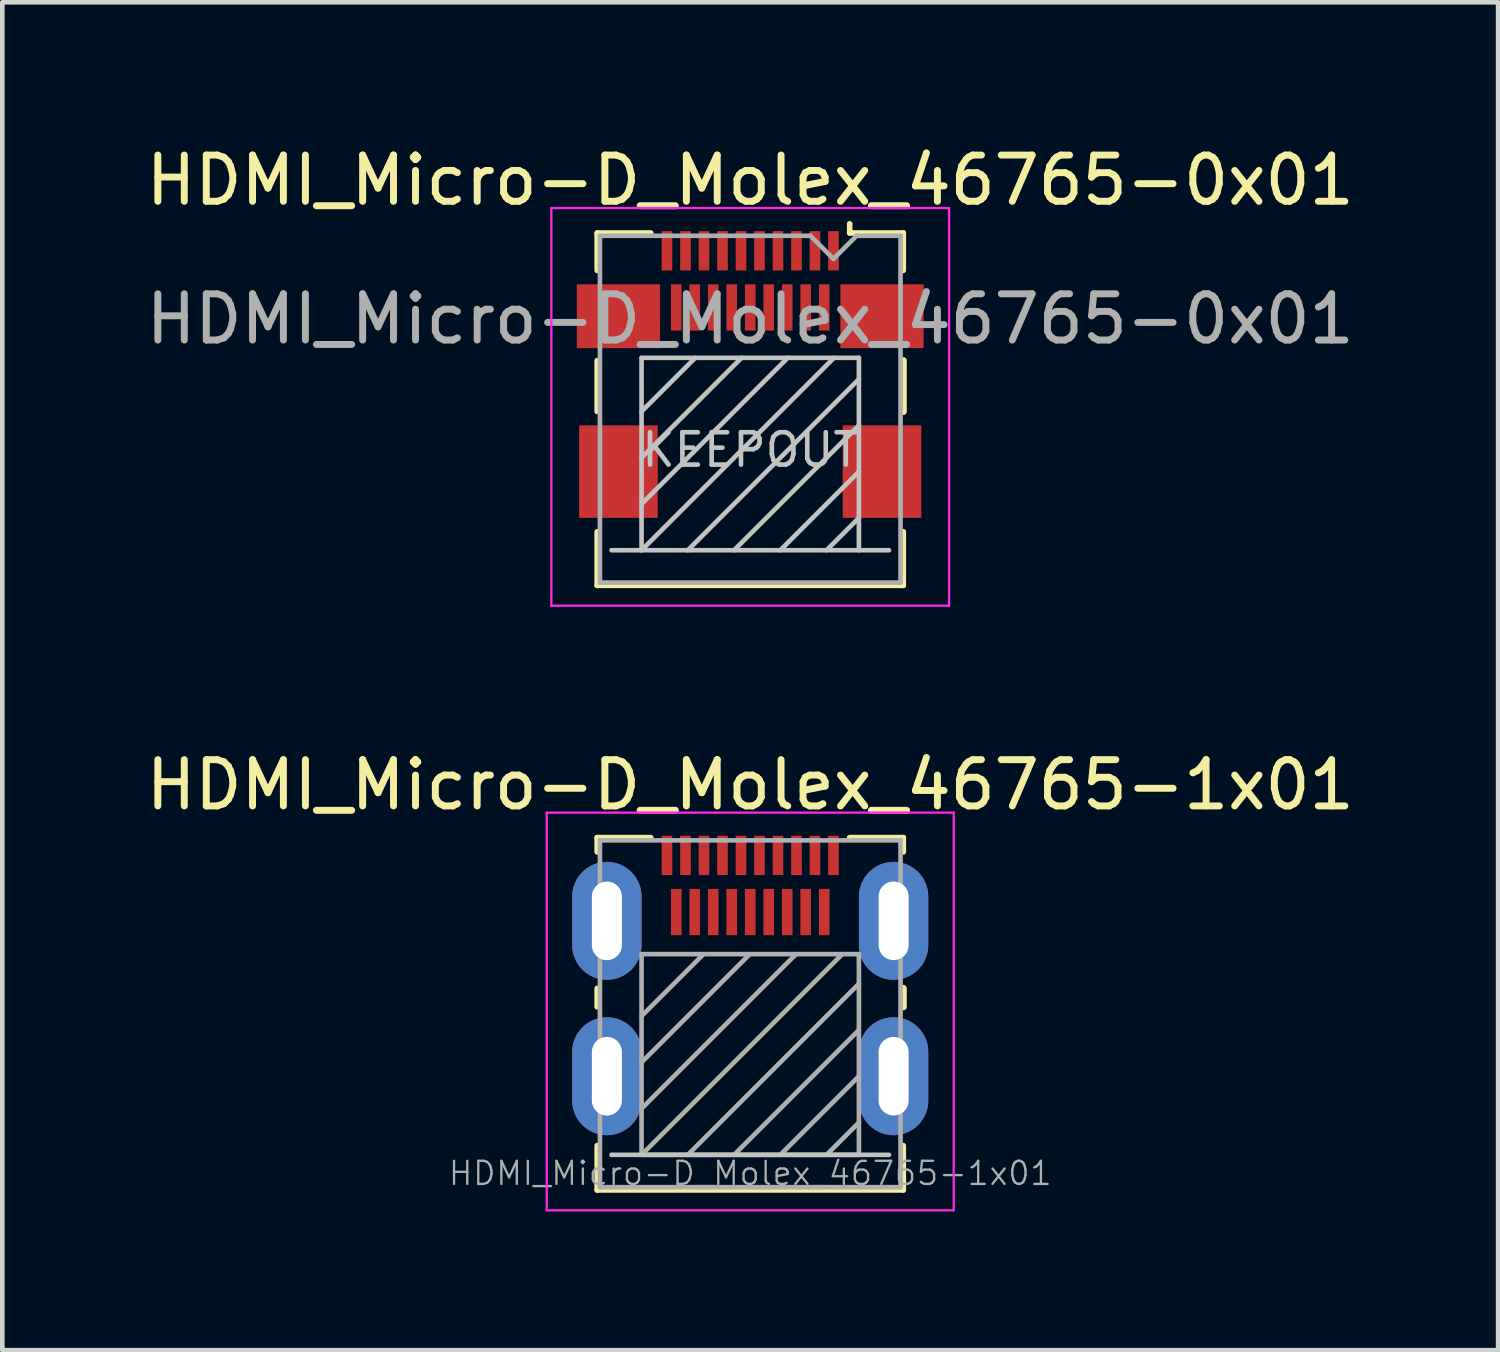
<source format=kicad_pcb>
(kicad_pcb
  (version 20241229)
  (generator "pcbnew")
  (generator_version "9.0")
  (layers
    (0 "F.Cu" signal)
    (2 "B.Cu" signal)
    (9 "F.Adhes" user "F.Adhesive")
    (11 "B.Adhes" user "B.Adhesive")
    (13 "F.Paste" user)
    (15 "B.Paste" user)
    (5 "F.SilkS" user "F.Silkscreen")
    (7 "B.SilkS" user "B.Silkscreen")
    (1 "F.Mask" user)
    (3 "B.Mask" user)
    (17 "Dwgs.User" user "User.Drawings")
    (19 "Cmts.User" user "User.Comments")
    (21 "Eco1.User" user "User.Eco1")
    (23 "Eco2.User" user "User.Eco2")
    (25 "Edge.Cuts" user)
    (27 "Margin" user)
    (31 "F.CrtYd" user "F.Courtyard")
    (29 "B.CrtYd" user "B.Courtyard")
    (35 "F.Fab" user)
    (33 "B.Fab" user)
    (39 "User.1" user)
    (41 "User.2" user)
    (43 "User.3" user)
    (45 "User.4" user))
  (footprint "HDMI_Micro-D_Molex_46765-1x01"
    (layer "F.Cu")
    (at 13.173 21.922)
    (property "Reference" "HDMI_Micro-D_Molex_46765-1x01" (at 0 -8 0) (layer "F.SilkS") (effects (font (size 1 1) (thickness 0.15))))
    (attr smd)
    (fp_line (start -3.31 -6.86) (end -2.15 -6.86) (stroke (width 0.12) (type solid)) (layer "F.SilkS"))
    (fp_line (start -3.31 -6.55) (end -3.31 -6.86) (stroke (width 0.12) (type solid)) (layer "F.SilkS"))
    (fp_line (start -3.31 -3.2) (end -3.31 -3.6) (stroke (width 0.12) (type solid)) (layer "F.SilkS"))
    (fp_line (start -3.31 0.76) (end -3.31 -0.2) (stroke (width 0.12) (type solid)) (layer "F.SilkS"))
    (fp_line (start -3.31 0.76) (end 3.31 0.76) (stroke (width 0.12) (type solid)) (layer "F.SilkS"))
    (fp_line (start 2.15 -6.86) (end 3.31 -6.86) (stroke (width 0.12) (type solid)) (layer "F.SilkS"))
    (fp_line (start 3.31 -6.86) (end 3.31 -6.55) (stroke (width 0.12) (type solid)) (layer "F.SilkS"))
    (fp_line (start 3.31 -3.6) (end 3.31 -3.2) (stroke (width 0.15) (type solid)) (layer "F.SilkS"))
    (fp_line (start 3.31 -0.2) (end 3.31 0.76) (stroke (width 0.12) (type solid)) (layer "F.SilkS"))
    (fp_line (start -3 0) (end 3 0) (stroke (width 0.1) (type solid)) (layer "Dwgs.User"))
    (fp_line (start -4.4 -7.4) (end -4.4 1.2) (stroke (width 0.05) (type solid)) (layer "F.CrtYd"))
    (fp_line (start -4.4 1.2) (end 4.4 1.2) (stroke (width 0.05) (type solid)) (layer "F.CrtYd"))
    (fp_line (start 4.4 -7.4) (end -4.4 -7.4) (stroke (width 0.05) (type solid)) (layer "F.CrtYd"))
    (fp_line (start 4.4 1.2) (end 4.4 -7.4) (stroke (width 0.05) (type solid)) (layer "F.CrtYd"))
    (fp_line (start -3.25 -6.8) (end 3.25 -6.8) (stroke (width 0.1) (type solid)) (layer "F.Fab"))
    (fp_line (start -3.25 0.7) (end -3.25 -6.8) (stroke (width 0.1) (type solid)) (layer "F.Fab"))
    (fp_line (start -2.35 -4.34) (end 2.35 -4.34) (stroke (width 0.1) (type solid)) (layer "F.Fab"))
    (fp_line (start -2.35 -3) (end -1.01 -4.34) (stroke (width 0.1) (type solid)) (layer "F.Fab"))
    (fp_line (start -2.35 -2) (end -0.01 -4.34) (stroke (width 0.1) (type solid)) (layer "F.Fab"))
    (fp_line (start -2.35 -1) (end 0.99 -4.34) (stroke (width 0.1) (type solid)) (layer "F.Fab"))
    (fp_line (start -2.35 0) (end -2.35 -4.34) (stroke (width 0.1) (type solid)) (layer "F.Fab"))
    (fp_line (start -2.35 0) (end 1.99 -4.34) (stroke (width 0.1) (type solid)) (layer "F.Fab"))
    (fp_line (start -1.35 0) (end 2.35 -3.7) (stroke (width 0.1) (type solid)) (layer "F.Fab"))
    (fp_line (start -0.35 0) (end 2.35 -2.7) (stroke (width 0.1) (type solid)) (layer "F.Fab"))
    (fp_line (start 0.65 0) (end 2.35 -1.7) (stroke (width 0.1) (type solid)) (layer "F.Fab"))
    (fp_line (start 1.65 0) (end 2.35 -0.7) (stroke (width 0.1) (type solid)) (layer "F.Fab"))
    (fp_line (start 2.35 -4.34) (end 2.35 0) (stroke (width 0.1) (type solid)) (layer "F.Fab"))
    (fp_line (start 2.35 0) (end -2.35 0) (stroke (width 0.1) (type solid)) (layer "F.Fab"))
    (fp_line (start 3.25 -6.8) (end 3.25 0.7) (stroke (width 0.1) (type solid)) (layer "F.Fab"))
    (fp_line (start 3.25 0.7) (end -3.25 0.7) (stroke (width 0.1) (type solid)) (layer "F.Fab"))
    (fp_text user "${REFERENCE}" (at 0 0.4 0) (layer "F.Fab") (effects (font (size 0.5 0.5) (thickness 0.05))))
    (pad "1" smd rect (at 1.8 -6.475) (size 0.23 0.85) (layers "F.Cu" "F.Mask" "F.Paste"))
    (pad "2" smd rect (at 1.6 -5.25) (size 0.23 1) (layers "F.Cu" "F.Mask" "F.Paste"))
    (pad "3" smd rect (at 1.4 -6.475) (size 0.23 0.85) (layers "F.Cu" "F.Mask" "F.Paste"))
    (pad "4" smd rect (at 1.2 -5.25) (size 0.23 1) (layers "F.Cu" "F.Mask" "F.Paste"))
    (pad "5" smd rect (at 1 -6.475) (size 0.23 0.85) (layers "F.Cu" "F.Mask" "F.Paste"))
    (pad "6" smd rect (at 0.8 -5.25) (size 0.23 1) (layers "F.Cu" "F.Mask" "F.Paste"))
    (pad "7" smd rect (at 0.6 -6.475) (size 0.23 0.85) (layers "F.Cu" "F.Mask" "F.Paste"))
    (pad "8" smd rect (at 0.4 -5.25) (size 0.23 1) (layers "F.Cu" "F.Mask" "F.Paste"))
    (pad "9" smd rect (at 0.2 -6.475) (size 0.23 0.85) (layers "F.Cu" "F.Mask" "F.Paste"))
    (pad "10" smd rect (at 0 -5.25) (size 0.23 1) (layers "F.Cu" "F.Mask" "F.Paste"))
    (pad "11" smd rect (at -0.2 -6.475) (size 0.23 0.85) (layers "F.Cu" "F.Mask" "F.Paste"))
    (pad "12" smd rect (at -0.4 -5.25) (size 0.23 1) (layers "F.Cu" "F.Mask" "F.Paste"))
    (pad "13" smd rect (at -0.6 -6.475) (size 0.23 0.85) (layers "F.Cu" "F.Mask" "F.Paste"))
    (pad "14" smd rect (at -0.8 -5.25) (size 0.23 1) (layers "F.Cu" "F.Mask" "F.Paste"))
    (pad "15" smd rect (at -1 -6.475) (size 0.23 0.85) (layers "F.Cu" "F.Mask" "F.Paste"))
    (pad "16" smd rect (at -1.2 -5.25) (size 0.23 1) (layers "F.Cu" "F.Mask" "F.Paste"))
    (pad "17" smd rect (at -1.4 -6.475) (size 0.23 0.85) (layers "F.Cu" "F.Mask" "F.Paste"))
    (pad "18" smd rect (at -1.6 -5.25) (size 0.23 1) (layers "F.Cu" "F.Mask" "F.Paste"))
    (pad "19" smd rect (at -1.8 -6.475) (size 0.23 0.85) (layers "F.Cu" "F.Mask" "F.Paste"))
    (pad "20" thru_hole oval (at -3.1 -5.06) (size 1.5 2.55) (drill oval 0.65 1.7) (layers "*.Cu" "*.Mask"))
    (pad "20" thru_hole oval (at -3.1 -1.7) (size 1.5 2.55) (drill oval 0.65 1.7) (layers "*.Cu" "*.Mask"))
    (pad "20" thru_hole oval (at 3.1 -5.06) (size 1.5 2.55) (drill oval 0.65 1.7) (layers "*.Cu" "*.Mask"))
    (pad "20" thru_hole oval (at 3.1 -1.7) (size 1.5 2.55) (drill oval 0.65 1.7) (layers "*.Cu" "*.Mask")))
  (footprint "HDMI_Micro-D_Molex_46765-0x01"
    (layer "F.Cu")
    (at 13.173 7.148)
    (property "Reference" "HDMI_Micro-D_Molex_46765-0x01" (at 0 -6.3 0) (layer "F.SilkS") (effects (font (size 1 1) (thickness 0.15))))
    (attr smd)
    (fp_line (start -3.31 -5.16) (end -2.15 -5.16) (stroke (width 0.12) (type solid)) (layer "F.SilkS"))
    (fp_line (start -3.31 -4.35) (end -3.31 -5.16) (stroke (width 0.12) (type solid)) (layer "F.SilkS"))
    (fp_line (start -3.31 -1.3) (end -3.31 -2.4) (stroke (width 0.12) (type solid)) (layer "F.SilkS"))
    (fp_line (start -3.31 2.46) (end -3.31 1.3) (stroke (width 0.12) (type solid)) (layer "F.SilkS"))
    (fp_line (start -3.31 2.46) (end 3.31 2.46) (stroke (width 0.12) (type solid)) (layer "F.SilkS"))
    (fp_line (start 2.15 -5.16) (end 2.15 -5.36) (stroke (width 0.12) (type solid)) (layer "F.SilkS"))
    (fp_line (start 2.15 -5.16) (end 3.31 -5.16) (stroke (width 0.12) (type solid)) (layer "F.SilkS"))
    (fp_line (start 3.31 -5.16) (end 3.31 -4.35) (stroke (width 0.12) (type solid)) (layer "F.SilkS"))
    (fp_line (start 3.31 -2.4) (end 3.31 -1.3) (stroke (width 0.15) (type solid)) (layer "F.SilkS"))
    (fp_line (start 3.31 1.3) (end 3.31 2.46) (stroke (width 0.12) (type solid)) (layer "F.SilkS"))
    (fp_line (start -3 1.7) (end 3 1.7) (stroke (width 0.1) (type solid)) (layer "Dwgs.User"))
    (fp_line (start -2.35 -2.46) (end 2.35 -2.46) (stroke (width 0.1) (type solid)) (layer "Dwgs.User"))
    (fp_line (start -2.35 -1.3) (end -1.19 -2.46) (stroke (width 0.1) (type solid)) (layer "Dwgs.User"))
    (fp_line (start -2.35 -0.3) (end -0.19 -2.46) (stroke (width 0.1) (type solid)) (layer "Dwgs.User"))
    (fp_line (start -2.35 0.7) (end 0.81 -2.46) (stroke (width 0.1) (type solid)) (layer "Dwgs.User"))
    (fp_line (start -2.35 1.7) (end -2.35 -2.46) (stroke (width 0.1) (type solid)) (layer "Dwgs.User"))
    (fp_line (start -2.35 1.7) (end 1.81 -2.46) (stroke (width 0.1) (type solid)) (layer "Dwgs.User"))
    (fp_line (start -1.35 1.7) (end 2.35 -2) (stroke (width 0.1) (type solid)) (layer "Dwgs.User"))
    (fp_line (start -0.35 1.7) (end 2.35 -1) (stroke (width 0.1) (type solid)) (layer "Dwgs.User"))
    (fp_line (start 0.65 1.7) (end 2.35 0) (stroke (width 0.1) (type solid)) (layer "Dwgs.User"))
    (fp_line (start 1.65 1.7) (end 2.35 1) (stroke (width 0.1) (type solid)) (layer "Dwgs.User"))
    (fp_line (start 2.35 -2.46) (end 2.35 1.7) (stroke (width 0.1) (type solid)) (layer "Dwgs.User"))
    (fp_line (start -4.3 -5.7) (end -4.3 2.9) (stroke (width 0.05) (type solid)) (layer "F.CrtYd"))
    (fp_line (start -4.3 2.9) (end 4.3 2.9) (stroke (width 0.05) (type solid)) (layer "F.CrtYd"))
    (fp_line (start 4.3 -5.7) (end -4.3 -5.7) (stroke (width 0.05) (type solid)) (layer "F.CrtYd"))
    (fp_line (start 4.3 2.9) (end 4.3 -5.7) (stroke (width 0.05) (type solid)) (layer "F.CrtYd"))
    (fp_line (start -3.25 -5.1) (end 1.3 -5.1) (stroke (width 0.1) (type solid)) (layer "F.Fab"))
    (fp_line (start -3.25 2.4) (end -3.25 -5.1) (stroke (width 0.1) (type solid)) (layer "F.Fab"))
    (fp_line (start 1.8 -4.6) (end 1.3 -5.1) (stroke (width 0.1) (type solid)) (layer "F.Fab"))
    (fp_line (start 1.8 -4.6) (end 2.3 -5.1) (stroke (width 0.1) (type solid)) (layer "F.Fab"))
    (fp_line (start 2.3 -5.1) (end 3.25 -5.1) (stroke (width 0.1) (type solid)) (layer "F.Fab"))
    (fp_line (start 3.25 -5.1) (end 3.25 2.4) (stroke (width 0.1) (type solid)) (layer "F.Fab"))
    (fp_line (start 3.25 2.4) (end -3.25 2.4) (stroke (width 0.1) (type solid)) (layer "F.Fab"))
    (fp_text user "KEEPOUT" (at 0 -0.47 0) (layer "Dwgs.User") (effects (font (size 0.7 0.7) (thickness 0.1))))
    (fp_text user "${REFERENCE}" (at 0 -3.3 0) (layer "F.Fab") (effects (font (size 1 1) (thickness 0.15))))
    (pad "1" smd rect (at 1.8 -4.775) (size 0.23 0.85) (layers "F.Cu" "F.Mask" "F.Paste"))
    (pad "2" smd rect (at 1.6 -3.55) (size 0.23 1) (layers "F.Cu" "F.Mask" "F.Paste"))
    (pad "3" smd rect (at 1.4 -4.775) (size 0.23 0.85) (layers "F.Cu" "F.Mask" "F.Paste"))
    (pad "4" smd rect (at 1.2 -3.55) (size 0.23 1) (layers "F.Cu" "F.Mask" "F.Paste"))
    (pad "5" smd rect (at 1 -4.775) (size 0.23 0.85) (layers "F.Cu" "F.Mask" "F.Paste"))
    (pad "6" smd rect (at 0.8 -3.55) (size 0.23 1) (layers "F.Cu" "F.Mask" "F.Paste"))
    (pad "7" smd rect (at 0.6 -4.775) (size 0.23 0.85) (layers "F.Cu" "F.Mask" "F.Paste"))
    (pad "8" smd rect (at 0.4 -3.55) (size 0.23 1) (layers "F.Cu" "F.Mask" "F.Paste"))
    (pad "9" smd rect (at 0.2 -4.775) (size 0.23 0.85) (layers "F.Cu" "F.Mask" "F.Paste"))
    (pad "10" smd rect (at 0 -3.55) (size 0.23 1) (layers "F.Cu" "F.Mask" "F.Paste"))
    (pad "11" smd rect (at -0.2 -4.775) (size 0.23 0.85) (layers "F.Cu" "F.Mask" "F.Paste"))
    (pad "12" smd rect (at -0.4 -3.55) (size 0.23 1) (layers "F.Cu" "F.Mask" "F.Paste"))
    (pad "13" smd rect (at -0.6 -4.775) (size 0.23 0.85) (layers "F.Cu" "F.Mask" "F.Paste"))
    (pad "14" smd rect (at -0.8 -3.55) (size 0.23 1) (layers "F.Cu" "F.Mask" "F.Paste"))
    (pad "15" smd rect (at -1 -4.775) (size 0.23 0.85) (layers "F.Cu" "F.Mask" "F.Paste"))
    (pad "16" smd rect (at -1.2 -3.55) (size 0.23 1) (layers "F.Cu" "F.Mask" "F.Paste"))
    (pad "17" smd rect (at -1.4 -4.775) (size 0.23 0.85) (layers "F.Cu" "F.Mask" "F.Paste"))
    (pad "18" smd rect (at -1.6 -3.55) (size 0.23 1) (layers "F.Cu" "F.Mask" "F.Paste"))
    (pad "19" smd rect (at -1.8 -4.775) (size 0.23 0.85) (layers "F.Cu" "F.Mask" "F.Paste"))
    (pad "20" smd rect (at -2.85 -3.36) (size 1.8 1.38) (layers "F.Cu" "F.Mask" "F.Paste"))
    (pad "20" smd rect (at -2.85 0) (size 1.7 2) (layers "F.Cu" "F.Mask" "F.Paste"))
    (pad "20" smd rect (at 2.85 -3.36) (size 1.8 1.38) (layers "F.Cu" "F.Mask" "F.Paste"))
    (pad "20" smd rect (at 2.85 0) (size 1.7 2) (layers "F.Cu" "F.Mask" "F.Paste")))
  (gr_rect
    (start -3 -3)
    (end 29.345 26.146)
    (stroke (width 0.1) (type default))
    (fill no)
    (layer "Edge.Cuts")))
</source>
